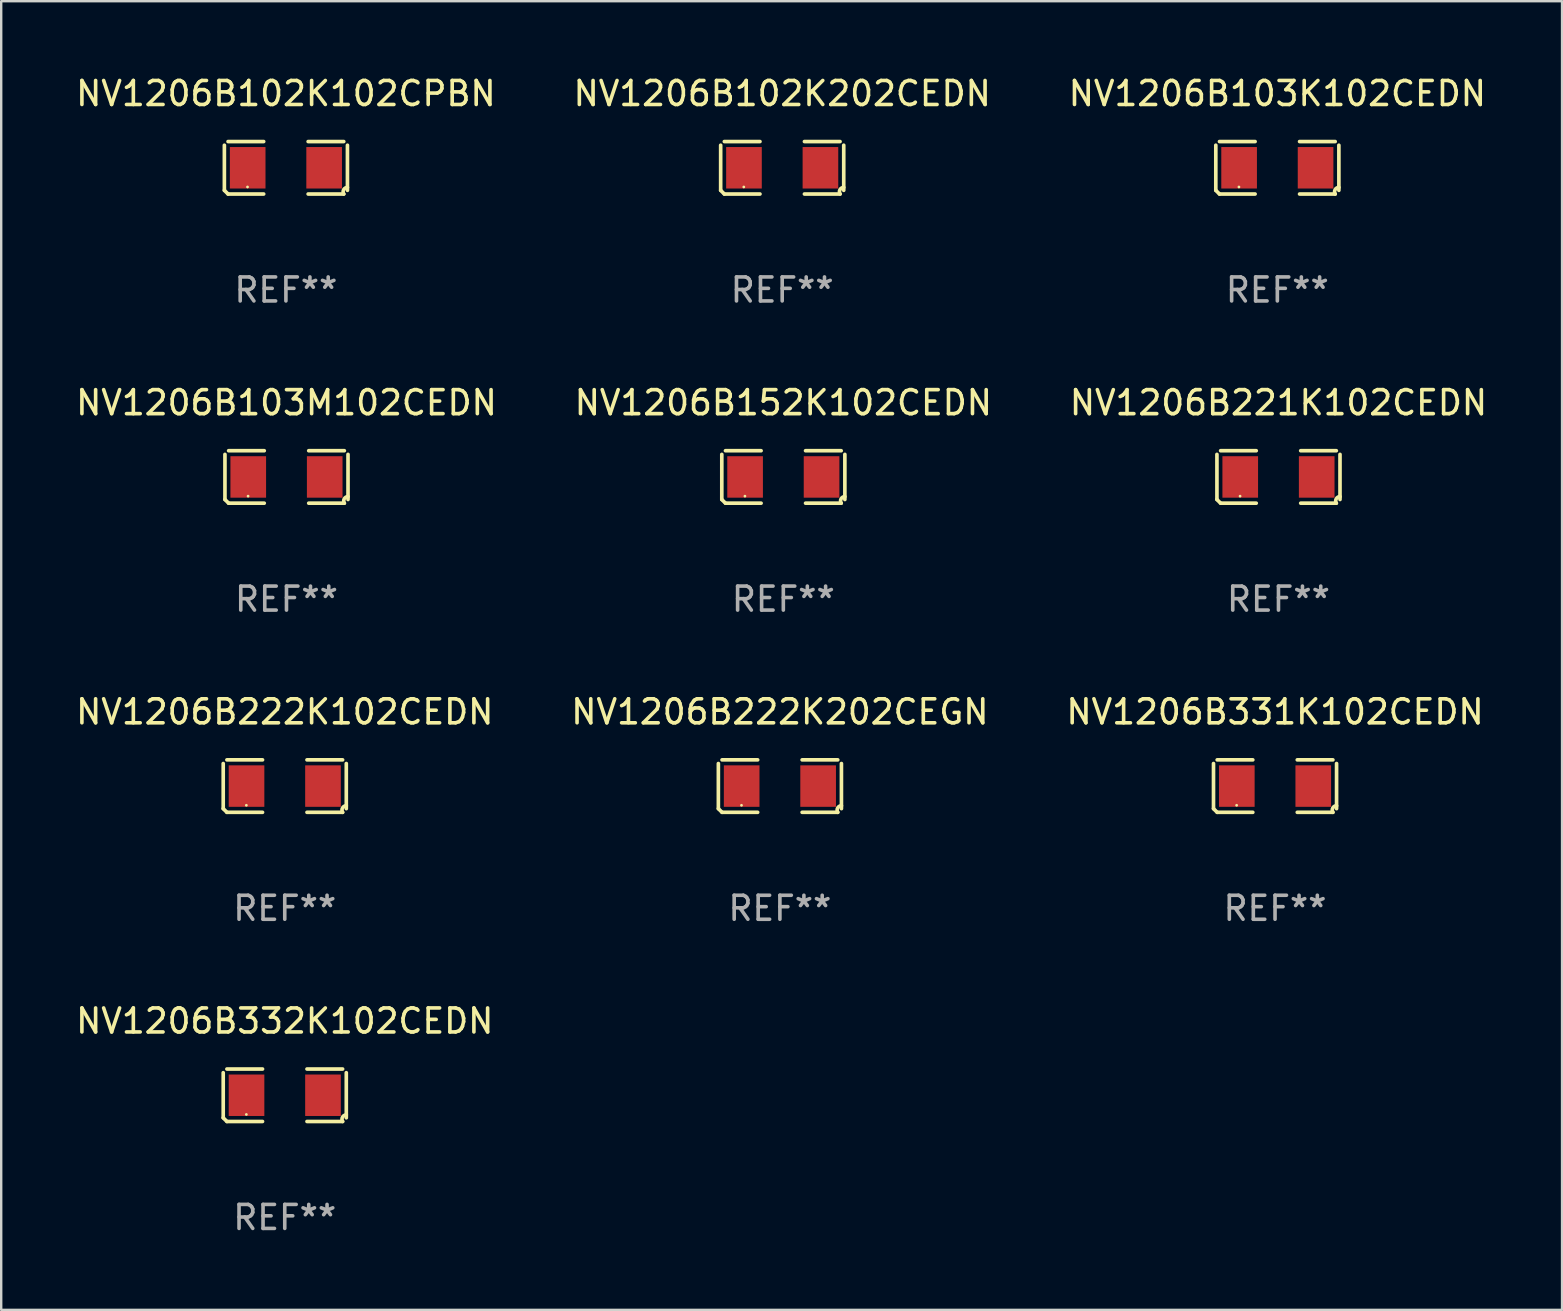
<source format=kicad_pcb>
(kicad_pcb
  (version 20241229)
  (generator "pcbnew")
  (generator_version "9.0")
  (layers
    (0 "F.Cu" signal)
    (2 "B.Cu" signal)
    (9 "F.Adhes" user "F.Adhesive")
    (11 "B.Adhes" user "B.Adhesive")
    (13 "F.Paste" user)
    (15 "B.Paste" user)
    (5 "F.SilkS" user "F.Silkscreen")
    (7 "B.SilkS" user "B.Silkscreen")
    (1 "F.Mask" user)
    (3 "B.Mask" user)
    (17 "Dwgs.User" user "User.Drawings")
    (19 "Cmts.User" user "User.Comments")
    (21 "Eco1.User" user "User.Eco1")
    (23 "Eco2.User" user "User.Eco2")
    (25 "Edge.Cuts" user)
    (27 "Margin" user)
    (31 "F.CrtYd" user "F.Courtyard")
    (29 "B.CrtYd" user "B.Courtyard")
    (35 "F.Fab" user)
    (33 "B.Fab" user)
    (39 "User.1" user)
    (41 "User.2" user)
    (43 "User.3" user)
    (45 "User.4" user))
  (footprint "NV1206B103M102CEDN"
    (layer "F.Cu")
    (at 8.887 16.823)
    (property "Reference" "NV1206B103M102CEDN" (at 0 -3.093 0) (layer "F.SilkS") (effects (font (size 1 1) (thickness 0.15))))
    (attr through_hole)
    (fp_line (start -2.564 0.94) (end -2.564 -0.94) (stroke (width 0.152) (type solid)) (layer "F.SilkS"))
    (fp_line (start -2.411 -1.093) (end -0.926 -1.093) (stroke (width 0.152) (type solid)) (layer "F.SilkS"))
    (fp_line (start -0.926 1.093) (end -2.411 1.093) (stroke (width 0.152) (type solid)) (layer "F.SilkS"))
    (fp_line (start 0.926 1.093) (end 2.411 1.093) (stroke (width 0.152) (type solid)) (layer "F.SilkS"))
    (fp_line (start 2.411 -1.093) (end 0.926 -1.093) (stroke (width 0.152) (type solid)) (layer "F.SilkS"))
    (fp_line (start 2.564 0.94) (end 2.564 -0.94) (stroke (width 0.152) (type solid)) (layer "F.SilkS"))
    (fp_arc (start -2.411201 1.092609) (mid -2.487413 1.01642) (end -2.563602 0.940208) (stroke (width 0.1524) (type solid)) (layer "F.SilkS"))
    (fp_arc (start 2.411201 1.092609) (mid 2.407159 0.911226) (end 2.563602 0.819347) (stroke (width 0.1524) (type solid)) (layer "F.SilkS"))
    (fp_circle (center -1.6 0.8) (end -1.57 0.8) (stroke (width 0.06) (type solid)) (fill no) (layer "F.SilkS"))
    (fp_text user "REF**" (at 0 5.093 0) (layer "F.Fab") (effects (font (size 1 1) (thickness 0.15))))
    (pad "1" smd rect (at -1.593 0) (size 1.485 1.728) (layers "F.Cu" "F.Mask" "F.Paste"))
    (pad "2" smd rect (at 1.593 0) (size 1.485 1.728) (layers "F.Cu" "F.Mask" "F.Paste")))
  (footprint "NV1206B222K102CEDN"
    (layer "F.Cu")
    (at 8.815 29.704)
    (property "Reference" "NV1206B222K102CEDN" (at 0 -3.093 0) (layer "F.SilkS") (effects (font (size 1 1) (thickness 0.15))))
    (attr through_hole)
    (fp_line (start -2.564 0.94) (end -2.564 -0.94) (stroke (width 0.152) (type solid)) (layer "F.SilkS"))
    (fp_line (start -2.411 -1.093) (end -0.926 -1.093) (stroke (width 0.152) (type solid)) (layer "F.SilkS"))
    (fp_line (start -0.926 1.093) (end -2.411 1.093) (stroke (width 0.152) (type solid)) (layer "F.SilkS"))
    (fp_line (start 0.926 1.093) (end 2.411 1.093) (stroke (width 0.152) (type solid)) (layer "F.SilkS"))
    (fp_line (start 2.411 -1.093) (end 0.926 -1.093) (stroke (width 0.152) (type solid)) (layer "F.SilkS"))
    (fp_line (start 2.564 0.94) (end 2.564 -0.94) (stroke (width 0.152) (type solid)) (layer "F.SilkS"))
    (fp_arc (start -2.411201 1.092609) (mid -2.487413 1.01642) (end -2.563602 0.940208) (stroke (width 0.1524) (type solid)) (layer "F.SilkS"))
    (fp_arc (start 2.411201 1.092609) (mid 2.407159 0.911226) (end 2.563602 0.819347) (stroke (width 0.1524) (type solid)) (layer "F.SilkS"))
    (fp_circle (center -1.6 0.8) (end -1.57 0.8) (stroke (width 0.06) (type solid)) (fill no) (layer "F.SilkS"))
    (fp_text user "REF**" (at 0 5.093 0) (layer "F.Fab") (effects (font (size 1 1) (thickness 0.15))))
    (pad "1" smd rect (at -1.593 0) (size 1.485 1.728) (layers "F.Cu" "F.Mask" "F.Paste"))
    (pad "2" smd rect (at 1.593 0) (size 1.485 1.728) (layers "F.Cu" "F.Mask" "F.Paste")))
  (footprint "NV1206B102K102CPBN"
    (layer "F.Cu")
    (at 8.863 3.941)
    (property "Reference" "NV1206B102K102CPBN" (at 0 -3.093 0) (layer "F.SilkS") (effects (font (size 1 1) (thickness 0.15))))
    (attr through_hole)
    (fp_line (start -2.564 0.94) (end -2.564 -0.94) (stroke (width 0.152) (type solid)) (layer "F.SilkS"))
    (fp_line (start -2.411 -1.093) (end -0.926 -1.093) (stroke (width 0.152) (type solid)) (layer "F.SilkS"))
    (fp_line (start -0.926 1.093) (end -2.411 1.093) (stroke (width 0.152) (type solid)) (layer "F.SilkS"))
    (fp_line (start 0.926 1.093) (end 2.411 1.093) (stroke (width 0.152) (type solid)) (layer "F.SilkS"))
    (fp_line (start 2.411 -1.093) (end 0.926 -1.093) (stroke (width 0.152) (type solid)) (layer "F.SilkS"))
    (fp_line (start 2.564 0.94) (end 2.564 -0.94) (stroke (width 0.152) (type solid)) (layer "F.SilkS"))
    (fp_arc (start -2.411201 1.092609) (mid -2.487413 1.01642) (end -2.563602 0.940208) (stroke (width 0.1524) (type solid)) (layer "F.SilkS"))
    (fp_arc (start 2.411201 1.092609) (mid 2.407159 0.911226) (end 2.563602 0.819347) (stroke (width 0.1524) (type solid)) (layer "F.SilkS"))
    (fp_circle (center -1.6 0.8) (end -1.57 0.8) (stroke (width 0.06) (type solid)) (fill no) (layer "F.SilkS"))
    (fp_text user "REF**" (at 0 5.093 0) (layer "F.Fab") (effects (font (size 1 1) (thickness 0.15))))
    (pad "1" smd rect (at -1.593 0) (size 1.485 1.728) (layers "F.Cu" "F.Mask" "F.Paste"))
    (pad "2" smd rect (at 1.593 0) (size 1.485 1.728) (layers "F.Cu" "F.Mask" "F.Paste")))
  (footprint "NV1206B102K202CEDN"
    (layer "F.Cu")
    (at 29.542 3.941)
    (property "Reference" "NV1206B102K202CEDN" (at 0 -3.093 0) (layer "F.SilkS") (effects (font (size 1 1) (thickness 0.15))))
    (attr through_hole)
    (fp_line (start -2.564 0.94) (end -2.564 -0.94) (stroke (width 0.152) (type solid)) (layer "F.SilkS"))
    (fp_line (start -2.411 -1.093) (end -0.926 -1.093) (stroke (width 0.152) (type solid)) (layer "F.SilkS"))
    (fp_line (start -0.926 1.093) (end -2.411 1.093) (stroke (width 0.152) (type solid)) (layer "F.SilkS"))
    (fp_line (start 0.926 1.093) (end 2.411 1.093) (stroke (width 0.152) (type solid)) (layer "F.SilkS"))
    (fp_line (start 2.411 -1.093) (end 0.926 -1.093) (stroke (width 0.152) (type solid)) (layer "F.SilkS"))
    (fp_line (start 2.564 0.94) (end 2.564 -0.94) (stroke (width 0.152) (type solid)) (layer "F.SilkS"))
    (fp_arc (start -2.411201 1.092609) (mid -2.487413 1.01642) (end -2.563602 0.940208) (stroke (width 0.1524) (type solid)) (layer "F.SilkS"))
    (fp_arc (start 2.411201 1.092609) (mid 2.407159 0.911226) (end 2.563602 0.819347) (stroke (width 0.1524) (type solid)) (layer "F.SilkS"))
    (fp_circle (center -1.6 0.8) (end -1.57 0.8) (stroke (width 0.06) (type solid)) (fill no) (layer "F.SilkS"))
    (fp_text user "REF**" (at 0 5.093 0) (layer "F.Fab") (effects (font (size 1 1) (thickness 0.15))))
    (pad "1" smd rect (at -1.593 0) (size 1.485 1.728) (layers "F.Cu" "F.Mask" "F.Paste"))
    (pad "2" smd rect (at 1.593 0) (size 1.485 1.728) (layers "F.Cu" "F.Mask" "F.Paste")))
  (footprint "NV1206B331K102CEDN"
    (layer "F.Cu")
    (at 50.077 29.704)
    (property "Reference" "NV1206B331K102CEDN" (at 0 -3.093 0) (layer "F.SilkS") (effects (font (size 1 1) (thickness 0.15))))
    (attr through_hole)
    (fp_line (start -2.564 0.94) (end -2.564 -0.94) (stroke (width 0.152) (type solid)) (layer "F.SilkS"))
    (fp_line (start -2.411 -1.093) (end -0.926 -1.093) (stroke (width 0.152) (type solid)) (layer "F.SilkS"))
    (fp_line (start -0.926 1.093) (end -2.411 1.093) (stroke (width 0.152) (type solid)) (layer "F.SilkS"))
    (fp_line (start 0.926 1.093) (end 2.411 1.093) (stroke (width 0.152) (type solid)) (layer "F.SilkS"))
    (fp_line (start 2.411 -1.093) (end 0.926 -1.093) (stroke (width 0.152) (type solid)) (layer "F.SilkS"))
    (fp_line (start 2.564 0.94) (end 2.564 -0.94) (stroke (width 0.152) (type solid)) (layer "F.SilkS"))
    (fp_arc (start -2.411201 1.092609) (mid -2.487413 1.01642) (end -2.563602 0.940208) (stroke (width 0.1524) (type solid)) (layer "F.SilkS"))
    (fp_arc (start 2.411201 1.092609) (mid 2.407159 0.911226) (end 2.563602 0.819347) (stroke (width 0.1524) (type solid)) (layer "F.SilkS"))
    (fp_circle (center -1.6 0.8) (end -1.57 0.8) (stroke (width 0.06) (type solid)) (fill no) (layer "F.SilkS"))
    (fp_text user "REF**" (at 0 5.093 0) (layer "F.Fab") (effects (font (size 1 1) (thickness 0.15))))
    (pad "1" smd rect (at -1.593 0) (size 1.485 1.728) (layers "F.Cu" "F.Mask" "F.Paste"))
    (pad "2" smd rect (at 1.593 0) (size 1.485 1.728) (layers "F.Cu" "F.Mask" "F.Paste")))
  (footprint "NV1206B103K102CEDN"
    (layer "F.Cu")
    (at 50.173 3.941)
    (property "Reference" "NV1206B103K102CEDN" (at 0 -3.093 0) (layer "F.SilkS") (effects (font (size 1 1) (thickness 0.15))))
    (attr through_hole)
    (fp_line (start -2.564 0.94) (end -2.564 -0.94) (stroke (width 0.152) (type solid)) (layer "F.SilkS"))
    (fp_line (start -2.411 -1.093) (end -0.926 -1.093) (stroke (width 0.152) (type solid)) (layer "F.SilkS"))
    (fp_line (start -0.926 1.093) (end -2.411 1.093) (stroke (width 0.152) (type solid)) (layer "F.SilkS"))
    (fp_line (start 0.926 1.093) (end 2.411 1.093) (stroke (width 0.152) (type solid)) (layer "F.SilkS"))
    (fp_line (start 2.411 -1.093) (end 0.926 -1.093) (stroke (width 0.152) (type solid)) (layer "F.SilkS"))
    (fp_line (start 2.564 0.94) (end 2.564 -0.94) (stroke (width 0.152) (type solid)) (layer "F.SilkS"))
    (fp_arc (start -2.411201 1.092609) (mid -2.487413 1.01642) (end -2.563602 0.940208) (stroke (width 0.1524) (type solid)) (layer "F.SilkS"))
    (fp_arc (start 2.411201 1.092609) (mid 2.407159 0.911226) (end 2.563602 0.819347) (stroke (width 0.1524) (type solid)) (layer "F.SilkS"))
    (fp_circle (center -1.6 0.8) (end -1.57 0.8) (stroke (width 0.06) (type solid)) (fill no) (layer "F.SilkS"))
    (fp_text user "REF**" (at 0 5.093 0) (layer "F.Fab") (effects (font (size 1 1) (thickness 0.15))))
    (pad "1" smd rect (at -1.593 0) (size 1.485 1.728) (layers "F.Cu" "F.Mask" "F.Paste"))
    (pad "2" smd rect (at 1.593 0) (size 1.485 1.728) (layers "F.Cu" "F.Mask" "F.Paste")))
  (footprint "NV1206B222K202CEGN"
    (layer "F.Cu")
    (at 29.446 29.704)
    (property "Reference" "NV1206B222K202CEGN" (at 0 -3.093 0) (layer "F.SilkS") (effects (font (size 1 1) (thickness 0.15))))
    (attr through_hole)
    (fp_line (start -2.564 0.94) (end -2.564 -0.94) (stroke (width 0.152) (type solid)) (layer "F.SilkS"))
    (fp_line (start -2.411 -1.093) (end -0.926 -1.093) (stroke (width 0.152) (type solid)) (layer "F.SilkS"))
    (fp_line (start -0.926 1.093) (end -2.411 1.093) (stroke (width 0.152) (type solid)) (layer "F.SilkS"))
    (fp_line (start 0.926 1.093) (end 2.411 1.093) (stroke (width 0.152) (type solid)) (layer "F.SilkS"))
    (fp_line (start 2.411 -1.093) (end 0.926 -1.093) (stroke (width 0.152) (type solid)) (layer "F.SilkS"))
    (fp_line (start 2.564 0.94) (end 2.564 -0.94) (stroke (width 0.152) (type solid)) (layer "F.SilkS"))
    (fp_arc (start -2.411201 1.092609) (mid -2.487413 1.01642) (end -2.563602 0.940208) (stroke (width 0.1524) (type solid)) (layer "F.SilkS"))
    (fp_arc (start 2.411201 1.092609) (mid 2.407159 0.911226) (end 2.563602 0.819347) (stroke (width 0.1524) (type solid)) (layer "F.SilkS"))
    (fp_circle (center -1.6 0.8) (end -1.57 0.8) (stroke (width 0.06) (type solid)) (fill no) (layer "F.SilkS"))
    (fp_text user "REF**" (at 0 5.093 0) (layer "F.Fab") (effects (font (size 1 1) (thickness 0.15))))
    (pad "1" smd rect (at -1.593 0) (size 1.485 1.728) (layers "F.Cu" "F.Mask" "F.Paste"))
    (pad "2" smd rect (at 1.593 0) (size 1.485 1.728) (layers "F.Cu" "F.Mask" "F.Paste")))
  (footprint "NV1206B221K102CEDN"
    (layer "F.Cu")
    (at 50.22 16.823)
    (property "Reference" "NV1206B221K102CEDN" (at 0 -3.093 0) (layer "F.SilkS") (effects (font (size 1 1) (thickness 0.15))))
    (attr through_hole)
    (fp_line (start -2.564 0.94) (end -2.564 -0.94) (stroke (width 0.152) (type solid)) (layer "F.SilkS"))
    (fp_line (start -2.411 -1.093) (end -0.926 -1.093) (stroke (width 0.152) (type solid)) (layer "F.SilkS"))
    (fp_line (start -0.926 1.093) (end -2.411 1.093) (stroke (width 0.152) (type solid)) (layer "F.SilkS"))
    (fp_line (start 0.926 1.093) (end 2.411 1.093) (stroke (width 0.152) (type solid)) (layer "F.SilkS"))
    (fp_line (start 2.411 -1.093) (end 0.926 -1.093) (stroke (width 0.152) (type solid)) (layer "F.SilkS"))
    (fp_line (start 2.564 0.94) (end 2.564 -0.94) (stroke (width 0.152) (type solid)) (layer "F.SilkS"))
    (fp_arc (start -2.411201 1.092609) (mid -2.487413 1.01642) (end -2.563602 0.940208) (stroke (width 0.1524) (type solid)) (layer "F.SilkS"))
    (fp_arc (start 2.411201 1.092609) (mid 2.407159 0.911226) (end 2.563602 0.819347) (stroke (width 0.1524) (type solid)) (layer "F.SilkS"))
    (fp_circle (center -1.6 0.8) (end -1.57 0.8) (stroke (width 0.06) (type solid)) (fill no) (layer "F.SilkS"))
    (fp_text user "REF**" (at 0 5.093 0) (layer "F.Fab") (effects (font (size 1 1) (thickness 0.15))))
    (pad "1" smd rect (at -1.593 0) (size 1.485 1.728) (layers "F.Cu" "F.Mask" "F.Paste"))
    (pad "2" smd rect (at 1.593 0) (size 1.485 1.728) (layers "F.Cu" "F.Mask" "F.Paste")))
  (footprint "NV1206B152K102CEDN"
    (layer "F.Cu")
    (at 29.589 16.823)
    (property "Reference" "NV1206B152K102CEDN" (at 0 -3.093 0) (layer "F.SilkS") (effects (font (size 1 1) (thickness 0.15))))
    (attr through_hole)
    (fp_line (start -2.564 0.94) (end -2.564 -0.94) (stroke (width 0.152) (type solid)) (layer "F.SilkS"))
    (fp_line (start -2.411 -1.093) (end -0.926 -1.093) (stroke (width 0.152) (type solid)) (layer "F.SilkS"))
    (fp_line (start -0.926 1.093) (end -2.411 1.093) (stroke (width 0.152) (type solid)) (layer "F.SilkS"))
    (fp_line (start 0.926 1.093) (end 2.411 1.093) (stroke (width 0.152) (type solid)) (layer "F.SilkS"))
    (fp_line (start 2.411 -1.093) (end 0.926 -1.093) (stroke (width 0.152) (type solid)) (layer "F.SilkS"))
    (fp_line (start 2.564 0.94) (end 2.564 -0.94) (stroke (width 0.152) (type solid)) (layer "F.SilkS"))
    (fp_arc (start -2.411201 1.092609) (mid -2.487413 1.01642) (end -2.563602 0.940208) (stroke (width 0.1524) (type solid)) (layer "F.SilkS"))
    (fp_arc (start 2.411201 1.092609) (mid 2.407159 0.911226) (end 2.563602 0.819347) (stroke (width 0.1524) (type solid)) (layer "F.SilkS"))
    (fp_circle (center -1.6 0.8) (end -1.57 0.8) (stroke (width 0.06) (type solid)) (fill no) (layer "F.SilkS"))
    (fp_text user "REF**" (at 0 5.093 0) (layer "F.Fab") (effects (font (size 1 1) (thickness 0.15))))
    (pad "1" smd rect (at -1.593 0) (size 1.485 1.728) (layers "F.Cu" "F.Mask" "F.Paste"))
    (pad "2" smd rect (at 1.593 0) (size 1.485 1.728) (layers "F.Cu" "F.Mask" "F.Paste")))
  (footprint "NV1206B332K102CEDN"
    (layer "F.Cu")
    (at 8.815 42.586)
    (property "Reference" "NV1206B332K102CEDN" (at 0 -3.093 0) (layer "F.SilkS") (effects (font (size 1 1) (thickness 0.15))))
    (attr through_hole)
    (fp_line (start -2.564 0.94) (end -2.564 -0.94) (stroke (width 0.152) (type solid)) (layer "F.SilkS"))
    (fp_line (start -2.411 -1.093) (end -0.926 -1.093) (stroke (width 0.152) (type solid)) (layer "F.SilkS"))
    (fp_line (start -0.926 1.093) (end -2.411 1.093) (stroke (width 0.152) (type solid)) (layer "F.SilkS"))
    (fp_line (start 0.926 1.093) (end 2.411 1.093) (stroke (width 0.152) (type solid)) (layer "F.SilkS"))
    (fp_line (start 2.411 -1.093) (end 0.926 -1.093) (stroke (width 0.152) (type solid)) (layer "F.SilkS"))
    (fp_line (start 2.564 0.94) (end 2.564 -0.94) (stroke (width 0.152) (type solid)) (layer "F.SilkS"))
    (fp_arc (start -2.411201 1.092609) (mid -2.487413 1.01642) (end -2.563602 0.940208) (stroke (width 0.1524) (type solid)) (layer "F.SilkS"))
    (fp_arc (start 2.411201 1.092609) (mid 2.407159 0.911226) (end 2.563602 0.819347) (stroke (width 0.1524) (type solid)) (layer "F.SilkS"))
    (fp_circle (center -1.6 0.8) (end -1.57 0.8) (stroke (width 0.06) (type solid)) (fill no) (layer "F.SilkS"))
    (fp_text user "REF**" (at 0 5.093 0) (layer "F.Fab") (effects (font (size 1 1) (thickness 0.15))))
    (pad "1" smd rect (at -1.593 0) (size 1.485 1.728) (layers "F.Cu" "F.Mask" "F.Paste"))
    (pad "2" smd rect (at 1.593 0) (size 1.485 1.728) (layers "F.Cu" "F.Mask" "F.Paste")))
  (gr_rect
    (start -3 -3)
    (end 62.036 51.527)
    (stroke (width 0.1) (type default))
    (fill no)
    (layer "Edge.Cuts")))
</source>
